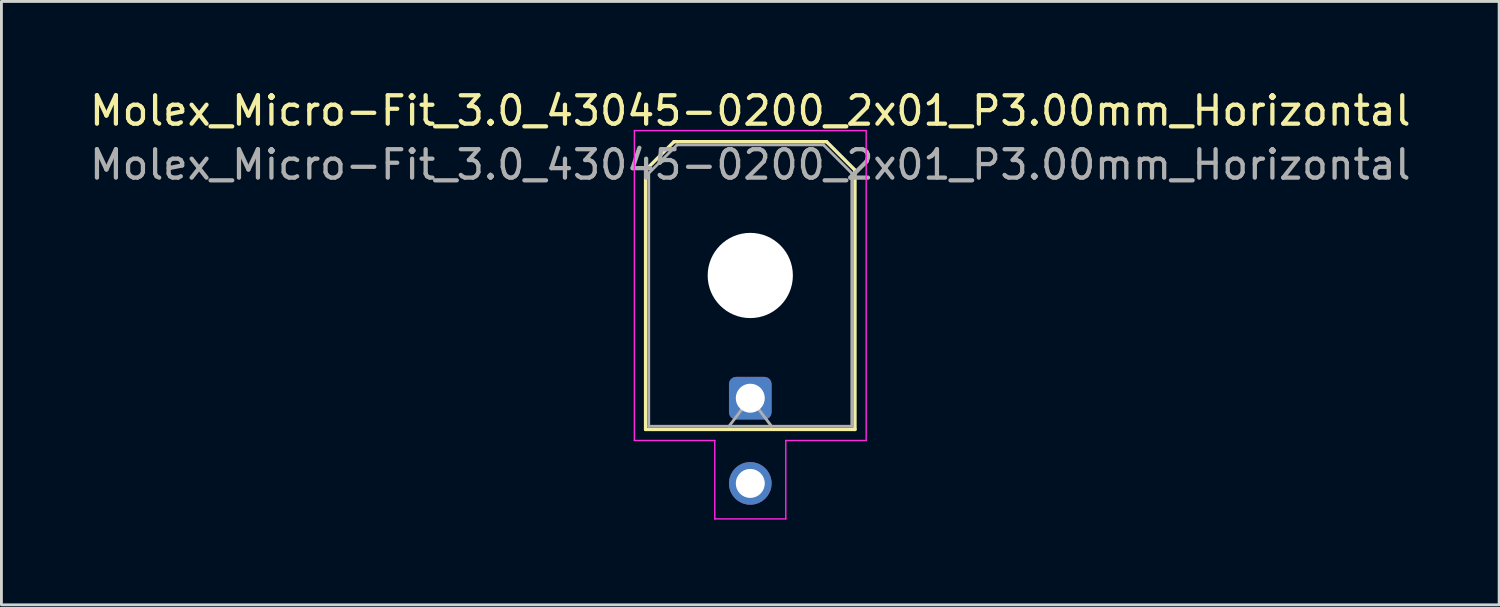
<source format=kicad_pcb>
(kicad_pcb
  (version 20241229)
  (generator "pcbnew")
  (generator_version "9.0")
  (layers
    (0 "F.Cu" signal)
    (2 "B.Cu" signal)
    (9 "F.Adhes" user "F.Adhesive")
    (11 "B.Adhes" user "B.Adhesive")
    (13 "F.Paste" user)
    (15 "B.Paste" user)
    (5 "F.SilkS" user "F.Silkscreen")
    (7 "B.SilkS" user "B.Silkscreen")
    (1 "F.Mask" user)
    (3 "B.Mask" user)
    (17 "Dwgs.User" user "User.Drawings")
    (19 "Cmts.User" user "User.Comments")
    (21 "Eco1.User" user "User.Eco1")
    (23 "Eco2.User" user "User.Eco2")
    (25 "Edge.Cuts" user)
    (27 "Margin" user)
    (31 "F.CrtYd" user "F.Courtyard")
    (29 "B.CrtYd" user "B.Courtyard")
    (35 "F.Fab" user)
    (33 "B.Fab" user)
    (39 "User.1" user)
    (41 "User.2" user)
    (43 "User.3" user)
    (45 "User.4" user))
  (footprint "Molex_Micro-Fit_3.0_43045-0200_2x01_P3.00mm_Horizontal"
    (layer "F.Cu")
    (at 23.363 10.968)
    (property "Reference" "Molex_Micro-Fit_3.0_43045-0200_2x01_P3.00mm_Horizontal" (at 0 -10.12 0) (layer "F.SilkS") (effects (font (size 1 1) (thickness 0.15))))
    (attr through_hole)
    (fp_line (start -3.685 -8.03) (end -2.685 -9.03) (stroke (width 0.12) (type solid)) (layer "F.SilkS"))
    (fp_line (start -3.685 1.1) (end -3.685 -8.03) (stroke (width 0.12) (type solid)) (layer "F.SilkS"))
    (fp_line (start -2.685 -9.03) (end 2.685 -9.03) (stroke (width 0.12) (type solid)) (layer "F.SilkS"))
    (fp_line (start 2.685 -9.03) (end 3.685 -8.03) (stroke (width 0.12) (type solid)) (layer "F.SilkS"))
    (fp_line (start 3.685 -8.03) (end 3.685 1.1) (stroke (width 0.12) (type solid)) (layer "F.SilkS"))
    (fp_line (start 3.685 1.1) (end -3.685 1.1) (stroke (width 0.12) (type solid)) (layer "F.SilkS"))
    (fp_line (start -4.08 -9.42) (end 4.08 -9.42) (stroke (width 0.05) (type solid)) (layer "F.CrtYd"))
    (fp_line (start -4.08 1.49) (end -4.08 -9.42) (stroke (width 0.05) (type solid)) (layer "F.CrtYd"))
    (fp_line (start -1.25 1.49) (end -4.08 1.49) (stroke (width 0.05) (type solid)) (layer "F.CrtYd"))
    (fp_line (start -1.25 4.25) (end -1.25 1.49) (stroke (width 0.05) (type solid)) (layer "F.CrtYd"))
    (fp_line (start 1.25 1.49) (end 1.25 4.25) (stroke (width 0.05) (type solid)) (layer "F.CrtYd"))
    (fp_line (start 1.25 4.25) (end -1.25 4.25) (stroke (width 0.05) (type solid)) (layer "F.CrtYd"))
    (fp_line (start 4.08 -9.42) (end 4.08 1.49) (stroke (width 0.05) (type solid)) (layer "F.CrtYd"))
    (fp_line (start 4.08 1.49) (end 1.25 1.49) (stroke (width 0.05) (type solid)) (layer "F.CrtYd"))
    (fp_line (start -3.575 -7.92) (end -2.575 -8.92) (stroke (width 0.1) (type solid)) (layer "F.Fab"))
    (fp_line (start -3.575 0.99) (end -3.575 -7.92) (stroke (width 0.1) (type solid)) (layer "F.Fab"))
    (fp_line (start -2.575 -8.92) (end 2.575 -8.92) (stroke (width 0.1) (type solid)) (layer "F.Fab"))
    (fp_line (start -0.75 0.99) (end 0 0) (stroke (width 0.1) (type solid)) (layer "F.Fab"))
    (fp_line (start 0 0) (end 0.75 0.99) (stroke (width 0.1) (type solid)) (layer "F.Fab"))
    (fp_line (start 2.575 -8.92) (end 3.575 -7.92) (stroke (width 0.1) (type solid)) (layer "F.Fab"))
    (fp_line (start 3.575 -7.92) (end 3.575 0.99) (stroke (width 0.1) (type solid)) (layer "F.Fab"))
    (fp_line (start 3.575 0.99) (end -3.575 0.99) (stroke (width 0.1) (type solid)) (layer "F.Fab"))
    (fp_text user "${REFERENCE}" (at 0 -8.22 0) (layer "F.Fab") (effects (font (size 1 1) (thickness 0.15))))
    (pad "" np_thru_hole circle (at 0 -4.32) (size 3 3) (drill 3) (layers "*.Cu" "*.Mask"))
    (pad "1" thru_hole roundrect (at 0 0) (size 1.5 1.5) (drill 1.02) (layers "*.Cu" "*.Mask") (roundrect_rratio 0.167))
    (pad "2" thru_hole circle (at 0 3) (size 1.5 1.5) (drill 1.02) (layers "*.Cu" "*.Mask")))
  (gr_rect
    (start -3 -3)
    (end 49.726 18.243)
    (stroke (width 0.1) (type default))
    (fill no)
    (layer "Edge.Cuts")))
</source>
